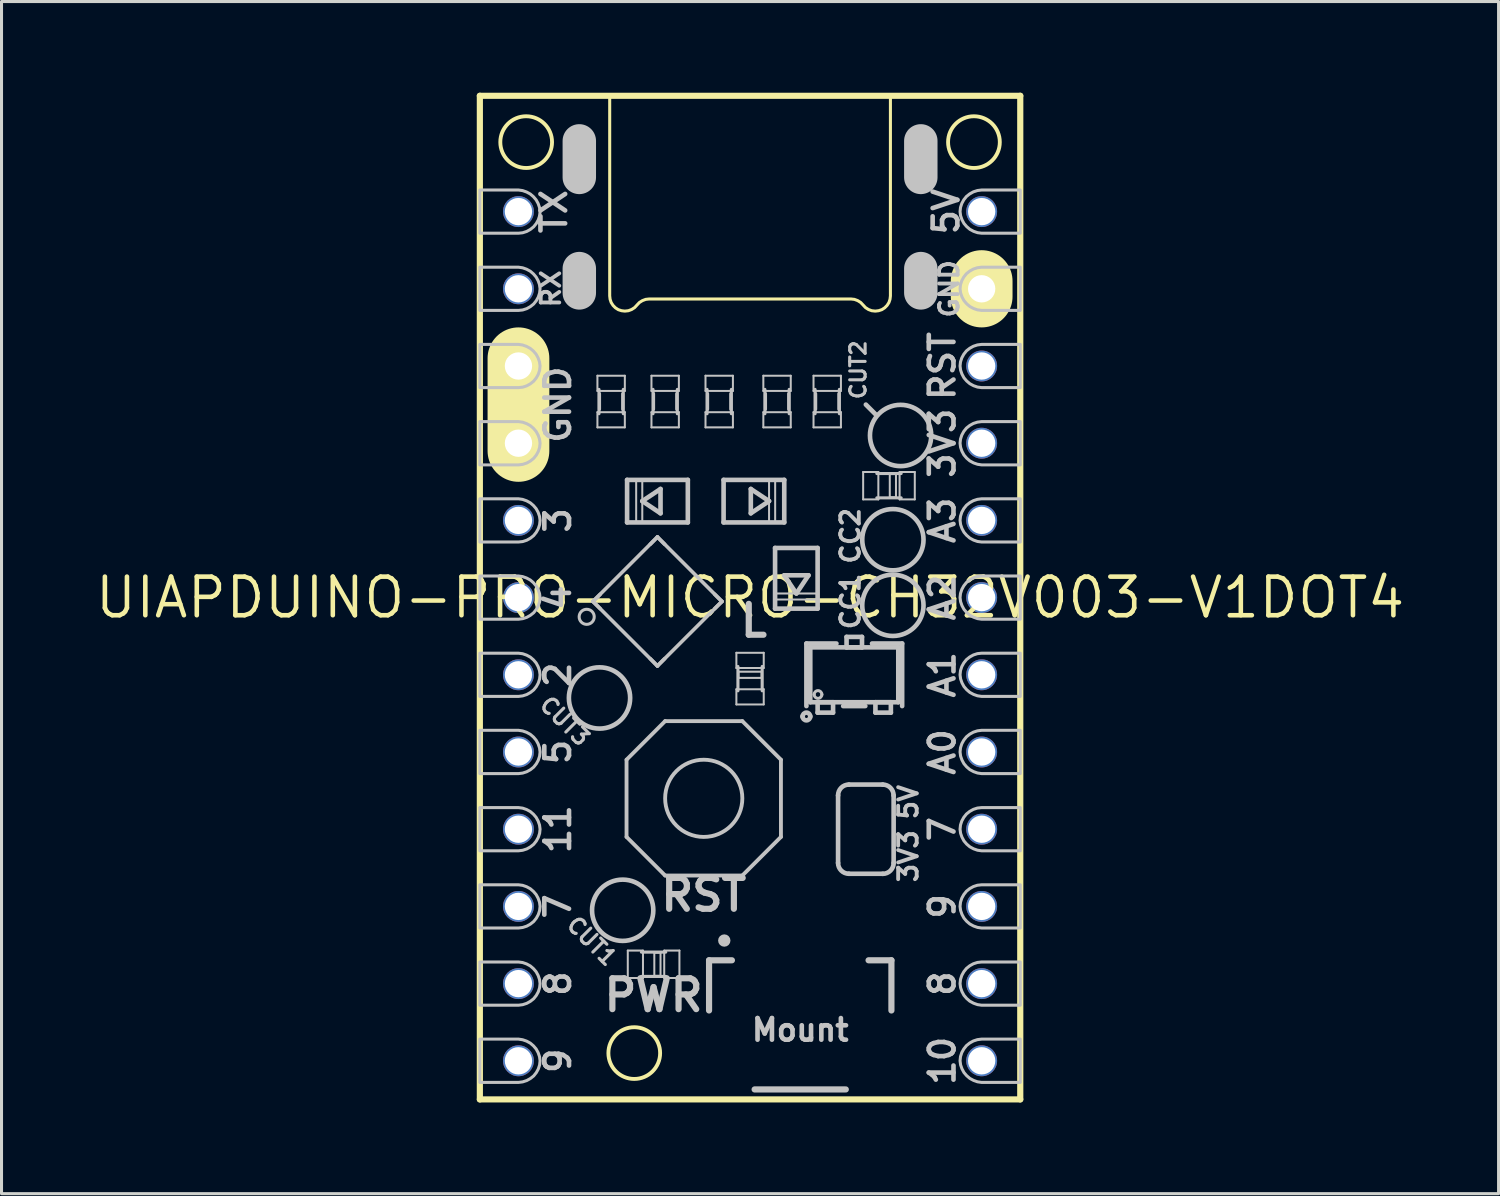
<source format=kicad_pcb>
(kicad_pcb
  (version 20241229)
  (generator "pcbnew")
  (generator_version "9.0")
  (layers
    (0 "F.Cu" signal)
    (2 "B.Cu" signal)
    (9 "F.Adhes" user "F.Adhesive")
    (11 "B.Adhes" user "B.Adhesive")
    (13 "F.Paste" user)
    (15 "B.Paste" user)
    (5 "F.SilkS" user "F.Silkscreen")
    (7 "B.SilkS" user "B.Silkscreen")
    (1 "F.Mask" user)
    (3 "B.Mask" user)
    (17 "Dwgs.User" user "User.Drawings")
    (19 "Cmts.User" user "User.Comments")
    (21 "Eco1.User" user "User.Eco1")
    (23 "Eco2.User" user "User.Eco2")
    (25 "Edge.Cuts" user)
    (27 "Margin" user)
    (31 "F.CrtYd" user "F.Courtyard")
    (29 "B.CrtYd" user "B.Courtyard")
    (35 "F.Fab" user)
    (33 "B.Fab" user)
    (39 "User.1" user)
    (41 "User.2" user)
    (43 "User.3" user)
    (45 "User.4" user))
  (footprint "UIAPDUINO-PRO-MICRO-CH32V003-V1DOT4"
    (layer "F.Cu")
    (at 21.628 16.612)
    (property "Reference" "UIAPDUINO-PRO-MICRO-CH32V003-V1DOT4" (at 0 0 0) (layer "F.SilkS") (effects (font (size 1.27 1.27) (thickness 0.15))))
    (attr exclude_from_pos_files exclude_from_bom)
    (fp_line (start -8.89 -16.51) (end -8.89 16.51) (stroke (width 0.203) (type solid)) (layer "F.SilkS"))
    (fp_line (start -8.89 16.51) (end 8.89 16.51) (stroke (width 0.203) (type solid)) (layer "F.SilkS"))
    (fp_line (start -7.62 -7.874) (end -7.62 -4.826) (stroke (width 2.032) (type solid)) (layer "F.SilkS"))
    (fp_line (start 7.62 -10.414) (end 7.62 -9.906) (stroke (width 2.032) (type solid)) (layer "F.SilkS"))
    (fp_line (start 8.89 -16.51) (end -8.89 -16.51) (stroke (width 0.203) (type solid)) (layer "F.SilkS"))
    (fp_line (start 8.89 16.51) (end 8.89 -16.51) (stroke (width 0.203) (type solid)) (layer "F.SilkS"))
    (fp_circle (center -7.366 -14.986) (end -7.366 -15.837) (stroke (width 0.127) (type solid)) (fill no) (layer "F.SilkS"))
    (fp_circle (center -3.81 14.986) (end -3.81 14.135) (stroke (width 0.127) (type solid)) (fill no) (layer "F.SilkS"))
    (fp_circle (center 7.366 -14.986) (end 7.366 -15.837) (stroke (width 0.127) (type solid)) (fill no) (layer "F.SilkS"))
    (fp_poly (pts (xy 4.618 -16.525) (xy 4.618 -9.926) (xy 4.605 -9.815) (xy 4.569 -9.708) (xy 4.508 -9.614) (xy 4.43 -9.535) (xy 4.336 -9.474) (xy 4.229 -9.439) (xy 4.12 -9.426) (xy 4.003 -9.439) (xy 3.896 -9.479) (xy 3.797 -9.543) (xy 3.719 -9.627) (xy 3.64 -9.71) (xy 3.543 -9.771) (xy 3.434 -9.812) (xy 3.32 -9.825) (xy -3.32 -9.825) (xy -3.434 -9.812) (xy -3.543 -9.771) (xy -3.64 -9.71) (xy -3.719 -9.627) (xy -3.797 -9.543) (xy -3.896 -9.479) (xy -4.003 -9.439) (xy -4.12 -9.426) (xy -4.229 -9.439) (xy -4.336 -9.474) (xy -4.43 -9.535) (xy -4.508 -9.614) (xy -4.569 -9.708) (xy -4.605 -9.815) (xy -4.618 -9.926) (xy -4.618 -16.525) (xy 4.618 -16.525)) (stroke (width 0.1) (type solid)) (fill no) (layer "F.SilkS"))
    (fp_line (start -7.874 -12.446) (end -7.874 -12.954) (stroke (width 0.066) (type solid)) (layer "Dwgs.User"))
    (fp_line (start -7.874 -9.906) (end -7.874 -10.414) (stroke (width 0.066) (type solid)) (layer "Dwgs.User"))
    (fp_line (start -7.874 -7.366) (end -7.874 -7.874) (stroke (width 0.066) (type solid)) (layer "Dwgs.User"))
    (fp_line (start -7.874 -4.826) (end -7.874 -5.334) (stroke (width 0.066) (type solid)) (layer "Dwgs.User"))
    (fp_line (start -7.874 -2.286) (end -7.874 -2.794) (stroke (width 0.066) (type solid)) (layer "Dwgs.User"))
    (fp_line (start -7.874 0.254) (end -7.874 -0.254) (stroke (width 0.066) (type solid)) (layer "Dwgs.User"))
    (fp_line (start -7.874 2.794) (end -7.874 2.286) (stroke (width 0.066) (type solid)) (layer "Dwgs.User"))
    (fp_line (start -7.874 5.334) (end -7.874 4.826) (stroke (width 0.066) (type solid)) (layer "Dwgs.User"))
    (fp_line (start -7.874 7.874) (end -7.874 7.366) (stroke (width 0.066) (type solid)) (layer "Dwgs.User"))
    (fp_line (start -7.874 10.414) (end -7.874 9.906) (stroke (width 0.066) (type solid)) (layer "Dwgs.User"))
    (fp_line (start -7.874 12.954) (end -7.874 12.446) (stroke (width 0.066) (type solid)) (layer "Dwgs.User"))
    (fp_line (start -7.874 15.494) (end -7.874 14.986) (stroke (width 0.066) (type solid)) (layer "Dwgs.User"))
    (fp_line (start -7.366 -12.954) (end -7.874 -12.954) (stroke (width 0.066) (type solid)) (layer "Dwgs.User"))
    (fp_line (start -7.366 -12.446) (end -7.874 -12.446) (stroke (width 0.066) (type solid)) (layer "Dwgs.User"))
    (fp_line (start -7.366 -12.446) (end -7.366 -12.954) (stroke (width 0.066) (type solid)) (layer "Dwgs.User"))
    (fp_line (start -7.366 -10.414) (end -7.874 -10.414) (stroke (width 0.066) (type solid)) (layer "Dwgs.User"))
    (fp_line (start -7.366 -9.906) (end -7.874 -9.906) (stroke (width 0.066) (type solid)) (layer "Dwgs.User"))
    (fp_line (start -7.366 -9.906) (end -7.366 -10.414) (stroke (width 0.066) (type solid)) (layer "Dwgs.User"))
    (fp_line (start -7.366 -7.874) (end -7.874 -7.874) (stroke (width 0.066) (type solid)) (layer "Dwgs.User"))
    (fp_line (start -7.366 -7.366) (end -7.874 -7.366) (stroke (width 0.066) (type solid)) (layer "Dwgs.User"))
    (fp_line (start -7.366 -7.366) (end -7.366 -7.874) (stroke (width 0.066) (type solid)) (layer "Dwgs.User"))
    (fp_line (start -7.366 -5.334) (end -7.874 -5.334) (stroke (width 0.066) (type solid)) (layer "Dwgs.User"))
    (fp_line (start -7.366 -4.826) (end -7.874 -4.826) (stroke (width 0.066) (type solid)) (layer "Dwgs.User"))
    (fp_line (start -7.366 -4.826) (end -7.366 -5.334) (stroke (width 0.066) (type solid)) (layer "Dwgs.User"))
    (fp_line (start -7.366 -2.794) (end -7.874 -2.794) (stroke (width 0.066) (type solid)) (layer "Dwgs.User"))
    (fp_line (start -7.366 -2.286) (end -7.874 -2.286) (stroke (width 0.066) (type solid)) (layer "Dwgs.User"))
    (fp_line (start -7.366 -2.286) (end -7.366 -2.794) (stroke (width 0.066) (type solid)) (layer "Dwgs.User"))
    (fp_line (start -7.366 -0.254) (end -7.874 -0.254) (stroke (width 0.066) (type solid)) (layer "Dwgs.User"))
    (fp_line (start -7.366 0.254) (end -7.874 0.254) (stroke (width 0.066) (type solid)) (layer "Dwgs.User"))
    (fp_line (start -7.366 0.254) (end -7.366 -0.254) (stroke (width 0.066) (type solid)) (layer "Dwgs.User"))
    (fp_line (start -7.366 2.286) (end -7.874 2.286) (stroke (width 0.066) (type solid)) (layer "Dwgs.User"))
    (fp_line (start -7.366 2.794) (end -7.874 2.794) (stroke (width 0.066) (type solid)) (layer "Dwgs.User"))
    (fp_line (start -7.366 2.794) (end -7.366 2.286) (stroke (width 0.066) (type solid)) (layer "Dwgs.User"))
    (fp_line (start -7.366 4.826) (end -7.874 4.826) (stroke (width 0.066) (type solid)) (layer "Dwgs.User"))
    (fp_line (start -7.366 5.334) (end -7.874 5.334) (stroke (width 0.066) (type solid)) (layer "Dwgs.User"))
    (fp_line (start -7.366 5.334) (end -7.366 4.826) (stroke (width 0.066) (type solid)) (layer "Dwgs.User"))
    (fp_line (start -7.366 7.366) (end -7.874 7.366) (stroke (width 0.066) (type solid)) (layer "Dwgs.User"))
    (fp_line (start -7.366 7.874) (end -7.874 7.874) (stroke (width 0.066) (type solid)) (layer "Dwgs.User"))
    (fp_line (start -7.366 7.874) (end -7.366 7.366) (stroke (width 0.066) (type solid)) (layer "Dwgs.User"))
    (fp_line (start -7.366 9.906) (end -7.874 9.906) (stroke (width 0.066) (type solid)) (layer "Dwgs.User"))
    (fp_line (start -7.366 10.414) (end -7.874 10.414) (stroke (width 0.066) (type solid)) (layer "Dwgs.User"))
    (fp_line (start -7.366 10.414) (end -7.366 9.906) (stroke (width 0.066) (type solid)) (layer "Dwgs.User"))
    (fp_line (start -7.366 12.446) (end -7.874 12.446) (stroke (width 0.066) (type solid)) (layer "Dwgs.User"))
    (fp_line (start -7.366 12.954) (end -7.874 12.954) (stroke (width 0.066) (type solid)) (layer "Dwgs.User"))
    (fp_line (start -7.366 12.954) (end -7.366 12.446) (stroke (width 0.066) (type solid)) (layer "Dwgs.User"))
    (fp_line (start -7.366 14.986) (end -7.874 14.986) (stroke (width 0.066) (type solid)) (layer "Dwgs.User"))
    (fp_line (start -7.366 15.494) (end -7.874 15.494) (stroke (width 0.066) (type solid)) (layer "Dwgs.User"))
    (fp_line (start -7.366 15.494) (end -7.366 14.986) (stroke (width 0.066) (type solid)) (layer "Dwgs.User"))
    (fp_line (start -5.618 -13.825) (end -5.618 -15.027) (stroke (width 1.1) (type solid)) (layer "Dwgs.User"))
    (fp_line (start -5.618 -10.025) (end -5.618 -10.825) (stroke (width 1.1) (type solid)) (layer "Dwgs.User"))
    (fp_line (start -5.169 0.127) (end -4.93 -0.109) (stroke (width 0.119) (type solid)) (layer "Dwgs.User"))
    (fp_line (start -5.169 0.127) (end -3.048 -1.994) (stroke (width 0.119) (type solid)) (layer "Dwgs.User"))
    (fp_line (start -5.022 -7.3) (end -5.022 -6.8) (stroke (width 0.066) (type solid)) (layer "Dwgs.User"))
    (fp_line (start -5.022 -6.101) (end -5.022 -5.601) (stroke (width 0.066) (type solid)) (layer "Dwgs.User"))
    (fp_line (start -4.971 -6.05) (end -4.971 -6.85) (stroke (width 0.102) (type solid)) (layer "Dwgs.User"))
    (fp_line (start -4.953 -6.198) (end -4.953 -6.706) (stroke (width 0.102) (type solid)) (layer "Dwgs.User"))
    (fp_line (start -4.93 0.363) (end -5.169 0.127) (stroke (width 0.119) (type solid)) (layer "Dwgs.User"))
    (fp_line (start -4.191 -6.198) (end -4.191 -6.706) (stroke (width 0.102) (type solid)) (layer "Dwgs.User"))
    (fp_line (start -4.171 -6.05) (end -4.171 -6.85) (stroke (width 0.102) (type solid)) (layer "Dwgs.User"))
    (fp_line (start -4.12 -7.3) (end -5.022 -7.3) (stroke (width 0.066) (type solid)) (layer "Dwgs.User"))
    (fp_line (start -4.12 -7.3) (end -4.12 -6.8) (stroke (width 0.066) (type solid)) (layer "Dwgs.User"))
    (fp_line (start -4.12 -6.8) (end -5.022 -6.8) (stroke (width 0.066) (type solid)) (layer "Dwgs.User"))
    (fp_line (start -4.12 -6.101) (end -5.022 -6.101) (stroke (width 0.066) (type solid)) (layer "Dwgs.User"))
    (fp_line (start -4.12 -6.101) (end -4.12 -5.601) (stroke (width 0.066) (type solid)) (layer "Dwgs.User"))
    (fp_line (start -4.12 -5.601) (end -5.022 -5.601) (stroke (width 0.066) (type solid)) (layer "Dwgs.User"))
    (fp_line (start -4.064 5.334) (end -4.064 7.874) (stroke (width 0.127) (type solid)) (layer "Dwgs.User"))
    (fp_line (start -4.064 7.874) (end -2.794 9.144) (stroke (width 0.127) (type solid)) (layer "Dwgs.User"))
    (fp_line (start -4.046 -3.873) (end -2.047 -3.873) (stroke (width 0.152) (type solid)) (layer "Dwgs.User"))
    (fp_line (start -4.046 -2.474) (end -4.046 -3.873) (stroke (width 0.152) (type solid)) (layer "Dwgs.User"))
    (fp_line (start -4.023 11.613) (end -4.023 12.515) (stroke (width 0.066) (type solid)) (layer "Dwgs.User"))
    (fp_line (start -4.023 11.613) (end -3.523 11.613) (stroke (width 0.066) (type solid)) (layer "Dwgs.User"))
    (fp_line (start -4.023 12.515) (end -3.523 12.515) (stroke (width 0.066) (type solid)) (layer "Dwgs.User"))
    (fp_line (start -3.747 -3.873) (end -3.546 -3.873) (stroke (width 0.066) (type solid)) (layer "Dwgs.User"))
    (fp_line (start -3.747 -2.474) (end -3.747 -3.873) (stroke (width 0.066) (type solid)) (layer "Dwgs.User"))
    (fp_line (start -3.747 -2.474) (end -3.546 -2.474) (stroke (width 0.066) (type solid)) (layer "Dwgs.User"))
    (fp_line (start -3.546 -3.175) (end -2.946 -3.574) (stroke (width 0.152) (type solid)) (layer "Dwgs.User"))
    (fp_line (start -3.546 -2.474) (end -3.546 -3.873) (stroke (width 0.066) (type solid)) (layer "Dwgs.User"))
    (fp_line (start -3.523 11.613) (end -3.523 12.515) (stroke (width 0.066) (type solid)) (layer "Dwgs.User"))
    (fp_line (start -3.284 2.009) (end -3.048 2.248) (stroke (width 0.119) (type solid)) (layer "Dwgs.User"))
    (fp_line (start -3.244 -7.3) (end -3.244 -6.8) (stroke (width 0.066) (type solid)) (layer "Dwgs.User"))
    (fp_line (start -3.244 -6.101) (end -3.244 -5.601) (stroke (width 0.066) (type solid)) (layer "Dwgs.User"))
    (fp_line (start -3.193 -6.05) (end -3.193 -6.85) (stroke (width 0.102) (type solid)) (layer "Dwgs.User"))
    (fp_line (start -3.175 -6.198) (end -3.175 -6.706) (stroke (width 0.102) (type solid)) (layer "Dwgs.User"))
    (fp_line (start -3.15 11.684) (end -3.15 12.446) (stroke (width 0.066) (type solid)) (layer "Dwgs.User"))
    (fp_line (start -3.15 11.684) (end -2.946 11.684) (stroke (width 0.066) (type solid)) (layer "Dwgs.User"))
    (fp_line (start -3.15 12.446) (end -2.946 12.446) (stroke (width 0.066) (type solid)) (layer "Dwgs.User"))
    (fp_line (start -3.048 -1.994) (end -3.284 -1.755) (stroke (width 0.119) (type solid)) (layer "Dwgs.User"))
    (fp_line (start -3.048 -1.994) (end -0.925 0.127) (stroke (width 0.119) (type solid)) (layer "Dwgs.User"))
    (fp_line (start -3.048 2.248) (end -5.169 0.127) (stroke (width 0.119) (type solid)) (layer "Dwgs.User"))
    (fp_line (start -3.048 2.248) (end -2.809 2.009) (stroke (width 0.119) (type solid)) (layer "Dwgs.User"))
    (fp_line (start -2.946 -3.574) (end -2.946 -2.774) (stroke (width 0.152) (type solid)) (layer "Dwgs.User"))
    (fp_line (start -2.946 -2.774) (end -3.546 -3.175) (stroke (width 0.152) (type solid)) (layer "Dwgs.User"))
    (fp_line (start -2.946 11.684) (end -2.946 12.446) (stroke (width 0.066) (type solid)) (layer "Dwgs.User"))
    (fp_line (start -2.824 11.613) (end -2.824 12.515) (stroke (width 0.066) (type solid)) (layer "Dwgs.User"))
    (fp_line (start -2.824 11.613) (end -2.324 11.613) (stroke (width 0.066) (type solid)) (layer "Dwgs.User"))
    (fp_line (start -2.824 12.515) (end -2.324 12.515) (stroke (width 0.066) (type solid)) (layer "Dwgs.User"))
    (fp_line (start -2.809 -1.755) (end -3.048 -1.994) (stroke (width 0.119) (type solid)) (layer "Dwgs.User"))
    (fp_line (start -2.794 4.064) (end -4.064 5.334) (stroke (width 0.127) (type solid)) (layer "Dwgs.User"))
    (fp_line (start -2.794 9.144) (end -0.254 9.144) (stroke (width 0.127) (type solid)) (layer "Dwgs.User"))
    (fp_line (start -2.774 11.664) (end -3.574 11.664) (stroke (width 0.102) (type solid)) (layer "Dwgs.User"))
    (fp_line (start -2.774 12.464) (end -3.574 12.464) (stroke (width 0.102) (type solid)) (layer "Dwgs.User"))
    (fp_line (start -2.413 -6.198) (end -2.413 -6.706) (stroke (width 0.102) (type solid)) (layer "Dwgs.User"))
    (fp_line (start -2.393 -6.05) (end -2.393 -6.85) (stroke (width 0.102) (type solid)) (layer "Dwgs.User"))
    (fp_line (start -2.342 -7.3) (end -3.244 -7.3) (stroke (width 0.066) (type solid)) (layer "Dwgs.User"))
    (fp_line (start -2.342 -7.3) (end -2.342 -6.8) (stroke (width 0.066) (type solid)) (layer "Dwgs.User"))
    (fp_line (start -2.342 -6.8) (end -3.244 -6.8) (stroke (width 0.066) (type solid)) (layer "Dwgs.User"))
    (fp_line (start -2.342 -6.101) (end -3.244 -6.101) (stroke (width 0.066) (type solid)) (layer "Dwgs.User"))
    (fp_line (start -2.342 -6.101) (end -2.342 -5.601) (stroke (width 0.066) (type solid)) (layer "Dwgs.User"))
    (fp_line (start -2.342 -5.601) (end -3.244 -5.601) (stroke (width 0.066) (type solid)) (layer "Dwgs.User"))
    (fp_line (start -2.324 11.613) (end -2.324 12.515) (stroke (width 0.066) (type solid)) (layer "Dwgs.User"))
    (fp_line (start -2.047 -3.873) (end -2.047 -2.474) (stroke (width 0.152) (type solid)) (layer "Dwgs.User"))
    (fp_line (start -2.047 -2.474) (end -4.046 -2.474) (stroke (width 0.152) (type solid)) (layer "Dwgs.User"))
    (fp_line (start -1.466 -7.3) (end -1.466 -6.8) (stroke (width 0.066) (type solid)) (layer "Dwgs.User"))
    (fp_line (start -1.466 -6.101) (end -1.466 -5.601) (stroke (width 0.066) (type solid)) (layer "Dwgs.User"))
    (fp_line (start -1.415 -6.05) (end -1.415 -6.85) (stroke (width 0.102) (type solid)) (layer "Dwgs.User"))
    (fp_line (start -1.397 -6.198) (end -1.397 -6.706) (stroke (width 0.102) (type solid)) (layer "Dwgs.User"))
    (fp_line (start -1.349 11.933) (end -0.597 11.933) (stroke (width 0.203) (type solid)) (layer "Dwgs.User"))
    (fp_line (start -1.349 13.584) (end -1.349 11.933) (stroke (width 0.203) (type solid)) (layer "Dwgs.User"))
    (fp_line (start -1.163 -0.109) (end -0.925 0.127) (stroke (width 0.119) (type solid)) (layer "Dwgs.User"))
    (fp_line (start -0.925 0.127) (end -3.048 2.248) (stroke (width 0.119) (type solid)) (layer "Dwgs.User"))
    (fp_line (start -0.925 0.127) (end -1.163 0.363) (stroke (width 0.119) (type solid)) (layer "Dwgs.User"))
    (fp_line (start -0.871 -3.873) (end 1.125 -3.873) (stroke (width 0.152) (type solid)) (layer "Dwgs.User"))
    (fp_line (start -0.871 -2.474) (end -0.871 -3.873) (stroke (width 0.152) (type solid)) (layer "Dwgs.User"))
    (fp_line (start -0.635 -6.198) (end -0.635 -6.706) (stroke (width 0.102) (type solid)) (layer "Dwgs.User"))
    (fp_line (start -0.615 -6.05) (end -0.615 -6.85) (stroke (width 0.102) (type solid)) (layer "Dwgs.User"))
    (fp_line (start -0.564 -7.3) (end -1.466 -7.3) (stroke (width 0.066) (type solid)) (layer "Dwgs.User"))
    (fp_line (start -0.564 -7.3) (end -0.564 -6.8) (stroke (width 0.066) (type solid)) (layer "Dwgs.User"))
    (fp_line (start -0.564 -6.8) (end -1.466 -6.8) (stroke (width 0.066) (type solid)) (layer "Dwgs.User"))
    (fp_line (start -0.564 -6.101) (end -1.466 -6.101) (stroke (width 0.066) (type solid)) (layer "Dwgs.User"))
    (fp_line (start -0.564 -6.101) (end -0.564 -5.601) (stroke (width 0.066) (type solid)) (layer "Dwgs.User"))
    (fp_line (start -0.564 -5.601) (end -1.466 -5.601) (stroke (width 0.066) (type solid)) (layer "Dwgs.User"))
    (fp_line (start -0.45 1.816) (end 0.45 1.816) (stroke (width 0.066) (type solid)) (layer "Dwgs.User"))
    (fp_line (start -0.45 2.316) (end -0.45 1.816) (stroke (width 0.066) (type solid)) (layer "Dwgs.User"))
    (fp_line (start -0.45 2.316) (end 0.45 2.316) (stroke (width 0.066) (type solid)) (layer "Dwgs.User"))
    (fp_line (start -0.45 3.015) (end 0.45 3.015) (stroke (width 0.066) (type solid)) (layer "Dwgs.User"))
    (fp_line (start -0.45 3.515) (end -0.45 3.015) (stroke (width 0.066) (type solid)) (layer "Dwgs.User"))
    (fp_line (start -0.45 3.515) (end 0.45 3.515) (stroke (width 0.066) (type solid)) (layer "Dwgs.User"))
    (fp_line (start -0.399 2.266) (end -0.399 3.066) (stroke (width 0.102) (type solid)) (layer "Dwgs.User"))
    (fp_line (start -0.381 2.438) (end 0.381 2.438) (stroke (width 0.066) (type solid)) (layer "Dwgs.User"))
    (fp_line (start -0.381 2.642) (end -0.381 2.438) (stroke (width 0.066) (type solid)) (layer "Dwgs.User"))
    (fp_line (start -0.381 2.642) (end 0.381 2.642) (stroke (width 0.066) (type solid)) (layer "Dwgs.User"))
    (fp_line (start -0.254 4.064) (end -2.794 4.064) (stroke (width 0.127) (type solid)) (layer "Dwgs.User"))
    (fp_line (start -0.254 9.144) (end 1.016 7.874) (stroke (width 0.127) (type solid)) (layer "Dwgs.User"))
    (fp_line (start 0.025 -3.574) (end 0.625 -3.175) (stroke (width 0.152) (type solid)) (layer "Dwgs.User"))
    (fp_line (start 0.025 -2.774) (end 0.025 -3.574) (stroke (width 0.152) (type solid)) (layer "Dwgs.User"))
    (fp_line (start 0.15 16.182) (end 3.15 16.182) (stroke (width 0.203) (type solid)) (layer "Dwgs.User"))
    (fp_line (start 0.381 2.642) (end 0.381 2.438) (stroke (width 0.066) (type solid)) (layer "Dwgs.User"))
    (fp_line (start 0.399 2.266) (end 0.399 3.066) (stroke (width 0.102) (type solid)) (layer "Dwgs.User"))
    (fp_line (start 0.437 -7.3) (end 0.437 -6.8) (stroke (width 0.066) (type solid)) (layer "Dwgs.User"))
    (fp_line (start 0.437 -6.101) (end 0.437 -5.601) (stroke (width 0.066) (type solid)) (layer "Dwgs.User"))
    (fp_line (start 0.45 2.316) (end 0.45 1.816) (stroke (width 0.066) (type solid)) (layer "Dwgs.User"))
    (fp_line (start 0.45 3.515) (end 0.45 3.015) (stroke (width 0.066) (type solid)) (layer "Dwgs.User"))
    (fp_line (start 0.488 -6.05) (end 0.488 -6.85) (stroke (width 0.102) (type solid)) (layer "Dwgs.User"))
    (fp_line (start 0.508 -6.198) (end 0.508 -6.706) (stroke (width 0.102) (type solid)) (layer "Dwgs.User"))
    (fp_line (start 0.625 -3.873) (end 0.625 -2.474) (stroke (width 0.066) (type solid)) (layer "Dwgs.User"))
    (fp_line (start 0.625 -3.175) (end 0.025 -2.774) (stroke (width 0.152) (type solid)) (layer "Dwgs.User"))
    (fp_line (start 0.823 -1.633) (end 2.223 -1.633) (stroke (width 0.152) (type solid)) (layer "Dwgs.User"))
    (fp_line (start 0.823 0.064) (end 0.823 -0.135) (stroke (width 0.066) (type solid)) (layer "Dwgs.User"))
    (fp_line (start 0.823 0.363) (end 0.823 -1.633) (stroke (width 0.152) (type solid)) (layer "Dwgs.User"))
    (fp_line (start 0.826 -3.873) (end 0.625 -3.873) (stroke (width 0.066) (type solid)) (layer "Dwgs.User"))
    (fp_line (start 0.826 -3.873) (end 0.826 -2.474) (stroke (width 0.066) (type solid)) (layer "Dwgs.User"))
    (fp_line (start 0.826 -2.474) (end 0.625 -2.474) (stroke (width 0.066) (type solid)) (layer "Dwgs.User"))
    (fp_line (start 1.016 5.334) (end -0.254 4.064) (stroke (width 0.127) (type solid)) (layer "Dwgs.User"))
    (fp_line (start 1.016 7.874) (end 1.016 5.334) (stroke (width 0.127) (type solid)) (layer "Dwgs.User"))
    (fp_line (start 1.123 -0.734) (end 1.923 -0.734) (stroke (width 0.152) (type solid)) (layer "Dwgs.User"))
    (fp_line (start 1.125 -3.873) (end 1.125 -2.474) (stroke (width 0.152) (type solid)) (layer "Dwgs.User"))
    (fp_line (start 1.125 -2.474) (end -0.871 -2.474) (stroke (width 0.152) (type solid)) (layer "Dwgs.User"))
    (fp_line (start 1.27 -6.198) (end 1.27 -6.706) (stroke (width 0.102) (type solid)) (layer "Dwgs.User"))
    (fp_line (start 1.288 -6.05) (end 1.288 -6.85) (stroke (width 0.102) (type solid)) (layer "Dwgs.User"))
    (fp_line (start 1.339 -7.3) (end 0.437 -7.3) (stroke (width 0.066) (type solid)) (layer "Dwgs.User"))
    (fp_line (start 1.339 -7.3) (end 1.339 -6.8) (stroke (width 0.066) (type solid)) (layer "Dwgs.User"))
    (fp_line (start 1.339 -6.8) (end 0.437 -6.8) (stroke (width 0.066) (type solid)) (layer "Dwgs.User"))
    (fp_line (start 1.339 -6.101) (end 0.437 -6.101) (stroke (width 0.066) (type solid)) (layer "Dwgs.User"))
    (fp_line (start 1.339 -6.101) (end 1.339 -5.601) (stroke (width 0.066) (type solid)) (layer "Dwgs.User"))
    (fp_line (start 1.339 -5.601) (end 0.437 -5.601) (stroke (width 0.066) (type solid)) (layer "Dwgs.User"))
    (fp_line (start 1.524 -0.135) (end 1.123 -0.734) (stroke (width 0.152) (type solid)) (layer "Dwgs.User"))
    (fp_line (start 1.854 1.511) (end 1.854 3.569) (stroke (width 0.152) (type solid)) (layer "Dwgs.User"))
    (fp_line (start 1.923 -0.734) (end 1.524 -0.135) (stroke (width 0.152) (type solid)) (layer "Dwgs.User"))
    (fp_line (start 1.981 1.638) (end 1.981 3.442) (stroke (width 0.152) (type solid)) (layer "Dwgs.User"))
    (fp_line (start 1.981 3.442) (end 4.877 3.442) (stroke (width 0.152) (type solid)) (layer "Dwgs.User"))
    (fp_line (start 2.088 -7.3) (end 2.088 -6.8) (stroke (width 0.066) (type solid)) (layer "Dwgs.User"))
    (fp_line (start 2.088 -6.101) (end 2.088 -5.601) (stroke (width 0.066) (type solid)) (layer "Dwgs.User"))
    (fp_line (start 2.139 -6.05) (end 2.139 -6.85) (stroke (width 0.102) (type solid)) (layer "Dwgs.User"))
    (fp_line (start 2.159 -6.198) (end 2.159 -6.706) (stroke (width 0.102) (type solid)) (layer "Dwgs.User"))
    (fp_line (start 2.223 -1.633) (end 2.223 0.363) (stroke (width 0.152) (type solid)) (layer "Dwgs.User"))
    (fp_line (start 2.223 -0.135) (end 0.823 -0.135) (stroke (width 0.066) (type solid)) (layer "Dwgs.User"))
    (fp_line (start 2.223 0.064) (end 0.823 0.064) (stroke (width 0.066) (type solid)) (layer "Dwgs.User"))
    (fp_line (start 2.223 0.064) (end 2.223 -0.135) (stroke (width 0.066) (type solid)) (layer "Dwgs.User"))
    (fp_line (start 2.223 0.363) (end 0.823 0.363) (stroke (width 0.152) (type solid)) (layer "Dwgs.User"))
    (fp_line (start 2.223 3.442) (end 2.223 3.785) (stroke (width 0.152) (type solid)) (layer "Dwgs.User"))
    (fp_line (start 2.223 3.785) (end 2.731 3.785) (stroke (width 0.152) (type solid)) (layer "Dwgs.User"))
    (fp_line (start 2.731 3.442) (end 2.223 3.442) (stroke (width 0.152) (type solid)) (layer "Dwgs.User"))
    (fp_line (start 2.731 3.785) (end 2.731 3.442) (stroke (width 0.152) (type solid)) (layer "Dwgs.User"))
    (fp_line (start 2.842 1.511) (end 1.854 1.511) (stroke (width 0.152) (type solid)) (layer "Dwgs.User"))
    (fp_line (start 2.896 8.73) (end 2.896 6.507) (stroke (width 0.152) (type solid)) (layer "Dwgs.User"))
    (fp_line (start 2.921 -6.198) (end 2.921 -6.706) (stroke (width 0.102) (type solid)) (layer "Dwgs.User"))
    (fp_line (start 2.939 -6.05) (end 2.939 -6.85) (stroke (width 0.102) (type solid)) (layer "Dwgs.User"))
    (fp_line (start 2.99 -7.3) (end 2.088 -7.3) (stroke (width 0.066) (type solid)) (layer "Dwgs.User"))
    (fp_line (start 2.99 -7.3) (end 2.99 -6.8) (stroke (width 0.066) (type solid)) (layer "Dwgs.User"))
    (fp_line (start 2.99 -6.8) (end 2.088 -6.8) (stroke (width 0.066) (type solid)) (layer "Dwgs.User"))
    (fp_line (start 2.99 -6.101) (end 2.088 -6.101) (stroke (width 0.066) (type solid)) (layer "Dwgs.User"))
    (fp_line (start 2.99 -6.101) (end 2.99 -5.601) (stroke (width 0.066) (type solid)) (layer "Dwgs.User"))
    (fp_line (start 2.99 -5.601) (end 2.088 -5.601) (stroke (width 0.066) (type solid)) (layer "Dwgs.User"))
    (fp_line (start 3.063 3.569) (end 3.792 3.569) (stroke (width 0.152) (type solid)) (layer "Dwgs.User"))
    (fp_line (start 3.175 1.293) (end 3.175 1.638) (stroke (width 0.152) (type solid)) (layer "Dwgs.User"))
    (fp_line (start 3.175 1.638) (end 3.683 1.638) (stroke (width 0.152) (type solid)) (layer "Dwgs.User"))
    (fp_line (start 3.683 1.293) (end 3.175 1.293) (stroke (width 0.152) (type solid)) (layer "Dwgs.User"))
    (fp_line (start 3.683 1.638) (end 3.683 1.293) (stroke (width 0.152) (type solid)) (layer "Dwgs.User"))
    (fp_line (start 3.721 -4.133) (end 3.721 -3.231) (stroke (width 0.066) (type solid)) (layer "Dwgs.User"))
    (fp_line (start 3.721 -4.133) (end 4.221 -4.133) (stroke (width 0.066) (type solid)) (layer "Dwgs.User"))
    (fp_line (start 3.721 -3.231) (end 4.221 -3.231) (stroke (width 0.066) (type solid)) (layer "Dwgs.User"))
    (fp_line (start 3.899 11.933) (end 4.651 11.933) (stroke (width 0.203) (type solid)) (layer "Dwgs.User"))
    (fp_line (start 4.125 3.442) (end 4.125 3.785) (stroke (width 0.152) (type solid)) (layer "Dwgs.User"))
    (fp_line (start 4.125 3.785) (end 4.633 3.785) (stroke (width 0.152) (type solid)) (layer "Dwgs.User"))
    (fp_line (start 4.166 -5.994) (end 3.81 -6.35) (stroke (width 0.152) (type solid)) (layer "Dwgs.User"))
    (fp_line (start 4.221 -4.133) (end 4.221 -3.231) (stroke (width 0.066) (type solid)) (layer "Dwgs.User"))
    (fp_line (start 4.366 6.152) (end 3.251 6.152) (stroke (width 0.152) (type solid)) (layer "Dwgs.User"))
    (fp_line (start 4.366 9.086) (end 3.251 9.086) (stroke (width 0.152) (type solid)) (layer "Dwgs.User"))
    (fp_line (start 4.597 -4.064) (end 4.597 -3.302) (stroke (width 0.066) (type solid)) (layer "Dwgs.User"))
    (fp_line (start 4.597 -4.064) (end 4.801 -4.064) (stroke (width 0.066) (type solid)) (layer "Dwgs.User"))
    (fp_line (start 4.597 -3.302) (end 4.801 -3.302) (stroke (width 0.066) (type solid)) (layer "Dwgs.User"))
    (fp_line (start 4.633 3.442) (end 4.125 3.442) (stroke (width 0.152) (type solid)) (layer "Dwgs.User"))
    (fp_line (start 4.633 3.785) (end 4.633 3.442) (stroke (width 0.152) (type solid)) (layer "Dwgs.User"))
    (fp_line (start 4.651 11.933) (end 4.651 13.584) (stroke (width 0.203) (type solid)) (layer "Dwgs.User"))
    (fp_line (start 4.724 6.507) (end 4.724 8.73) (stroke (width 0.152) (type solid)) (layer "Dwgs.User"))
    (fp_line (start 4.801 -4.064) (end 4.801 -3.302) (stroke (width 0.066) (type solid)) (layer "Dwgs.User"))
    (fp_line (start 4.877 1.638) (end 1.981 1.638) (stroke (width 0.152) (type solid)) (layer "Dwgs.User"))
    (fp_line (start 4.877 3.442) (end 4.877 1.638) (stroke (width 0.152) (type solid)) (layer "Dwgs.User"))
    (fp_line (start 4.92 -4.133) (end 4.92 -3.231) (stroke (width 0.066) (type solid)) (layer "Dwgs.User"))
    (fp_line (start 4.92 -4.133) (end 5.42 -4.133) (stroke (width 0.066) (type solid)) (layer "Dwgs.User"))
    (fp_line (start 4.92 -3.231) (end 5.42 -3.231) (stroke (width 0.066) (type solid)) (layer "Dwgs.User"))
    (fp_line (start 4.971 -4.082) (end 4.171 -4.082) (stroke (width 0.102) (type solid)) (layer "Dwgs.User"))
    (fp_line (start 4.971 -3.282) (end 4.171 -3.282) (stroke (width 0.102) (type solid)) (layer "Dwgs.User"))
    (fp_line (start 5.004 1.511) (end 4.013 1.511) (stroke (width 0.152) (type solid)) (layer "Dwgs.User"))
    (fp_line (start 5.004 3.569) (end 5.004 1.511) (stroke (width 0.152) (type solid)) (layer "Dwgs.User"))
    (fp_line (start 5.42 -4.133) (end 5.42 -3.231) (stroke (width 0.066) (type solid)) (layer "Dwgs.User"))
    (fp_line (start 5.618 -13.825) (end 5.618 -15.027) (stroke (width 1.1) (type solid)) (layer "Dwgs.User"))
    (fp_line (start 5.618 -10.025) (end 5.618 -10.825) (stroke (width 1.1) (type solid)) (layer "Dwgs.User"))
    (fp_line (start 7.366 -12.954) (end 7.366 -12.446) (stroke (width 0.066) (type solid)) (layer "Dwgs.User"))
    (fp_line (start 7.366 -12.954) (end 7.874 -12.954) (stroke (width 0.066) (type solid)) (layer "Dwgs.User"))
    (fp_line (start 7.366 -12.446) (end 7.874 -12.446) (stroke (width 0.066) (type solid)) (layer "Dwgs.User"))
    (fp_line (start 7.366 -10.414) (end 7.366 -9.906) (stroke (width 0.066) (type solid)) (layer "Dwgs.User"))
    (fp_line (start 7.366 -10.414) (end 7.874 -10.414) (stroke (width 0.066) (type solid)) (layer "Dwgs.User"))
    (fp_line (start 7.366 -9.906) (end 7.874 -9.906) (stroke (width 0.066) (type solid)) (layer "Dwgs.User"))
    (fp_line (start 7.366 -7.874) (end 7.366 -7.366) (stroke (width 0.066) (type solid)) (layer "Dwgs.User"))
    (fp_line (start 7.366 -7.874) (end 7.874 -7.874) (stroke (width 0.066) (type solid)) (layer "Dwgs.User"))
    (fp_line (start 7.366 -7.366) (end 7.874 -7.366) (stroke (width 0.066) (type solid)) (layer "Dwgs.User"))
    (fp_line (start 7.366 -5.334) (end 7.366 -4.826) (stroke (width 0.066) (type solid)) (layer "Dwgs.User"))
    (fp_line (start 7.366 -5.334) (end 7.874 -5.334) (stroke (width 0.066) (type solid)) (layer "Dwgs.User"))
    (fp_line (start 7.366 -4.826) (end 7.874 -4.826) (stroke (width 0.066) (type solid)) (layer "Dwgs.User"))
    (fp_line (start 7.366 -2.794) (end 7.366 -2.286) (stroke (width 0.066) (type solid)) (layer "Dwgs.User"))
    (fp_line (start 7.366 -2.794) (end 7.874 -2.794) (stroke (width 0.066) (type solid)) (layer "Dwgs.User"))
    (fp_line (start 7.366 -2.286) (end 7.874 -2.286) (stroke (width 0.066) (type solid)) (layer "Dwgs.User"))
    (fp_line (start 7.366 -0.254) (end 7.366 0.254) (stroke (width 0.066) (type solid)) (layer "Dwgs.User"))
    (fp_line (start 7.366 -0.254) (end 7.874 -0.254) (stroke (width 0.066) (type solid)) (layer "Dwgs.User"))
    (fp_line (start 7.366 0.254) (end 7.874 0.254) (stroke (width 0.066) (type solid)) (layer "Dwgs.User"))
    (fp_line (start 7.366 2.286) (end 7.366 2.794) (stroke (width 0.066) (type solid)) (layer "Dwgs.User"))
    (fp_line (start 7.366 2.286) (end 7.874 2.286) (stroke (width 0.066) (type solid)) (layer "Dwgs.User"))
    (fp_line (start 7.366 2.794) (end 7.874 2.794) (stroke (width 0.066) (type solid)) (layer "Dwgs.User"))
    (fp_line (start 7.366 4.826) (end 7.366 5.334) (stroke (width 0.066) (type solid)) (layer "Dwgs.User"))
    (fp_line (start 7.366 4.826) (end 7.874 4.826) (stroke (width 0.066) (type solid)) (layer "Dwgs.User"))
    (fp_line (start 7.366 5.334) (end 7.874 5.334) (stroke (width 0.066) (type solid)) (layer "Dwgs.User"))
    (fp_line (start 7.366 7.366) (end 7.366 7.874) (stroke (width 0.066) (type solid)) (layer "Dwgs.User"))
    (fp_line (start 7.366 7.366) (end 7.874 7.366) (stroke (width 0.066) (type solid)) (layer "Dwgs.User"))
    (fp_line (start 7.366 7.874) (end 7.874 7.874) (stroke (width 0.066) (type solid)) (layer "Dwgs.User"))
    (fp_line (start 7.366 9.906) (end 7.366 10.414) (stroke (width 0.066) (type solid)) (layer "Dwgs.User"))
    (fp_line (start 7.366 9.906) (end 7.874 9.906) (stroke (width 0.066) (type solid)) (layer "Dwgs.User"))
    (fp_line (start 7.366 10.414) (end 7.874 10.414) (stroke (width 0.066) (type solid)) (layer "Dwgs.User"))
    (fp_line (start 7.366 12.446) (end 7.366 12.954) (stroke (width 0.066) (type solid)) (layer "Dwgs.User"))
    (fp_line (start 7.366 12.446) (end 7.874 12.446) (stroke (width 0.066) (type solid)) (layer "Dwgs.User"))
    (fp_line (start 7.366 12.954) (end 7.874 12.954) (stroke (width 0.066) (type solid)) (layer "Dwgs.User"))
    (fp_line (start 7.366 14.986) (end 7.366 15.494) (stroke (width 0.066) (type solid)) (layer "Dwgs.User"))
    (fp_line (start 7.366 14.986) (end 7.874 14.986) (stroke (width 0.066) (type solid)) (layer "Dwgs.User"))
    (fp_line (start 7.366 15.494) (end 7.874 15.494) (stroke (width 0.066) (type solid)) (layer "Dwgs.User"))
    (fp_line (start 7.874 -12.954) (end 7.874 -12.446) (stroke (width 0.066) (type solid)) (layer "Dwgs.User"))
    (fp_line (start 7.874 -10.414) (end 7.874 -9.906) (stroke (width 0.066) (type solid)) (layer "Dwgs.User"))
    (fp_line (start 7.874 -7.874) (end 7.874 -7.366) (stroke (width 0.066) (type solid)) (layer "Dwgs.User"))
    (fp_line (start 7.874 -5.334) (end 7.874 -4.826) (stroke (width 0.066) (type solid)) (layer "Dwgs.User"))
    (fp_line (start 7.874 -2.794) (end 7.874 -2.286) (stroke (width 0.066) (type solid)) (layer "Dwgs.User"))
    (fp_line (start 7.874 -0.254) (end 7.874 0.254) (stroke (width 0.066) (type solid)) (layer "Dwgs.User"))
    (fp_line (start 7.874 2.286) (end 7.874 2.794) (stroke (width 0.066) (type solid)) (layer "Dwgs.User"))
    (fp_line (start 7.874 4.826) (end 7.874 5.334) (stroke (width 0.066) (type solid)) (layer "Dwgs.User"))
    (fp_line (start 7.874 7.366) (end 7.874 7.874) (stroke (width 0.066) (type solid)) (layer "Dwgs.User"))
    (fp_line (start 7.874 9.906) (end 7.874 10.414) (stroke (width 0.066) (type solid)) (layer "Dwgs.User"))
    (fp_line (start 7.874 12.446) (end 7.874 12.954) (stroke (width 0.066) (type solid)) (layer "Dwgs.User"))
    (fp_line (start 7.874 14.986) (end 7.874 15.494) (stroke (width 0.066) (type solid)) (layer "Dwgs.User"))
    (fp_arc (start 1.7272 3.9116) (mid 1.8542 3.7846) (end 1.9812 3.9116) (stroke (width 0.1524) (type solid)) (layer "Dwgs.User"))
    (fp_arc (start 1.9812 3.9116) (mid 1.8542 4.0386) (end 1.7272 3.9116) (stroke (width 0.1524) (type solid)) (layer "Dwgs.User"))
    (fp_arc (start 2.1082 3.1877) (mid 2.2352 3.0607) (end 2.3622 3.1877) (stroke (width 0.1) (type solid)) (layer "Dwgs.User"))
    (fp_arc (start 2.3622 3.1877) (mid 2.2352 3.3147) (end 2.1082 3.1877) (stroke (width 0.1) (type solid)) (layer "Dwgs.User"))
    (fp_arc (start 2.8956 6.50748) (mid 2.999753 6.256033) (end 3.2512 6.15188) (stroke (width 0.1524) (type solid)) (layer "Dwgs.User"))
    (fp_arc (start 3.2512 9.08558) (mid 2.999753 8.981427) (end 2.8956 8.72998) (stroke (width 0.1524) (type solid)) (layer "Dwgs.User"))
    (fp_arc (start 4.36626 6.15188) (mid 4.617707 6.256033) (end 4.72186 6.50748) (stroke (width 0.1524) (type solid)) (layer "Dwgs.User"))
    (fp_arc (start 4.7244 8.72998) (mid 4.619503 8.983223) (end 4.36626 9.08812) (stroke (width 0.1524) (type solid)) (layer "Dwgs.User"))
    (fp_circle (center -5.375 0.632) (end -5.375 0.384) (stroke (width 0.1) (type solid)) (fill no) (layer "Dwgs.User"))
    (fp_circle (center -4.953 3.302) (end -4.953 2.294) (stroke (width 0.152) (type solid)) (fill no) (layer "Dwgs.User"))
    (fp_circle (center -4.191 10.287) (end -4.191 9.279) (stroke (width 0.152) (type solid)) (fill no) (layer "Dwgs.User"))
    (fp_circle (center -1.524 6.604) (end -1.524 5.334) (stroke (width 0.127) (type solid)) (fill no) (layer "Dwgs.User"))
    (fp_circle (center -0.848 11.283) (end -0.848 11.181) (stroke (width 0.203) (type solid)) (fill no) (layer "Dwgs.User"))
    (fp_circle (center 4.699 -1.905) (end 4.699 -2.913) (stroke (width 0.152) (type solid)) (fill no) (layer "Dwgs.User"))
    (fp_circle (center 4.699 0.254) (end 4.699 -0.754) (stroke (width 0.152) (type solid)) (fill no) (layer "Dwgs.User"))
    (fp_circle (center 4.953 -5.334) (end 4.953 -6.342) (stroke (width 0.152) (type solid)) (fill no) (layer "Dwgs.User"))
    (fp_poly (pts (xy -8.89 -11.989) (xy -7.62 -11.989) (xy -7.48 -12.004) (xy -7.348 -12.047) (xy -7.229 -12.113) (xy -7.12 -12.2) (xy -7.033 -12.309) (xy -6.967 -12.428) (xy -6.924 -12.56) (xy -6.909 -12.7) (xy -6.927 -12.835) (xy -6.972 -12.964) (xy -7.038 -13.086) (xy -7.127 -13.19) (xy -7.231 -13.279) (xy -7.353 -13.345) (xy -7.483 -13.391) (xy -7.62 -13.411) (xy -8.89 -13.411) (xy -8.89 -11.989)) (stroke (width 0.1) (type solid)) (fill no) (layer "Dwgs.User"))
    (fp_poly (pts (xy -8.89 -9.449) (xy -7.62 -9.449) (xy -7.48 -9.464) (xy -7.348 -9.507) (xy -7.229 -9.573) (xy -7.12 -9.66) (xy -7.033 -9.769) (xy -6.967 -9.888) (xy -6.924 -10.02) (xy -6.909 -10.16) (xy -6.927 -10.295) (xy -6.972 -10.424) (xy -7.038 -10.546) (xy -7.127 -10.65) (xy -7.231 -10.739) (xy -7.353 -10.805) (xy -7.483 -10.851) (xy -7.62 -10.871) (xy -8.89 -10.871) (xy -8.89 -9.449)) (stroke (width 0.1) (type solid)) (fill no) (layer "Dwgs.User"))
    (fp_poly (pts (xy -8.89 -6.909) (xy -7.62 -6.909) (xy -7.48 -6.924) (xy -7.348 -6.967) (xy -7.229 -7.033) (xy -7.12 -7.12) (xy -7.033 -7.229) (xy -6.967 -7.348) (xy -6.924 -7.48) (xy -6.909 -7.62) (xy -6.927 -7.755) (xy -6.972 -7.884) (xy -7.038 -8.006) (xy -7.127 -8.11) (xy -7.231 -8.199) (xy -7.353 -8.265) (xy -7.483 -8.311) (xy -7.62 -8.331) (xy -8.89 -8.331) (xy -8.89 -6.909)) (stroke (width 0.1) (type solid)) (fill no) (layer "Dwgs.User"))
    (fp_poly (pts (xy -8.89 -4.366) (xy -7.62 -4.366) (xy -7.48 -4.384) (xy -7.348 -4.427) (xy -7.229 -4.493) (xy -7.12 -4.58) (xy -7.033 -4.689) (xy -6.967 -4.808) (xy -6.924 -4.94) (xy -6.909 -5.08) (xy -6.927 -5.215) (xy -6.972 -5.344) (xy -7.038 -5.466) (xy -7.127 -5.57) (xy -7.231 -5.659) (xy -7.353 -5.725) (xy -7.483 -5.771) (xy -7.62 -5.791) (xy -8.89 -5.791) (xy -8.89 -4.366)) (stroke (width 0.1) (type solid)) (fill no) (layer "Dwgs.User"))
    (fp_poly (pts (xy -8.89 -1.829) (xy -7.62 -1.829) (xy -7.48 -1.844) (xy -7.348 -1.887) (xy -7.229 -1.953) (xy -7.12 -2.04) (xy -7.033 -2.149) (xy -6.967 -2.268) (xy -6.924 -2.4) (xy -6.909 -2.54) (xy -6.927 -2.675) (xy -6.972 -2.804) (xy -7.038 -2.926) (xy -7.127 -3.03) (xy -7.231 -3.119) (xy -7.353 -3.185) (xy -7.483 -3.231) (xy -7.62 -3.251) (xy -8.89 -3.251) (xy -8.89 -1.829)) (stroke (width 0.1) (type solid)) (fill no) (layer "Dwgs.User"))
    (fp_poly (pts (xy -8.89 0.711) (xy -7.62 0.711) (xy -7.48 0.693) (xy -7.348 0.65) (xy -7.229 0.584) (xy -7.12 0.498) (xy -7.033 0.389) (xy -6.967 0.269) (xy -6.924 0.137) (xy -6.909 0) (xy -6.927 -0.135) (xy -6.972 -0.264) (xy -7.038 -0.386) (xy -7.127 -0.49) (xy -7.231 -0.579) (xy -7.353 -0.645) (xy -7.483 -0.691) (xy -7.62 -0.711) (xy -8.89 -0.711) (xy -8.89 0.711)) (stroke (width 0.1) (type solid)) (fill no) (layer "Dwgs.User"))
    (fp_poly (pts (xy -8.89 3.251) (xy -7.62 3.251) (xy -7.48 3.233) (xy -7.348 3.19) (xy -7.229 3.124) (xy -7.12 3.038) (xy -7.033 2.929) (xy -6.967 2.809) (xy -6.924 2.677) (xy -6.909 2.54) (xy -6.927 2.403) (xy -6.972 2.273) (xy -7.038 2.151) (xy -7.127 2.047) (xy -7.231 1.958) (xy -7.353 1.892) (xy -7.483 1.847) (xy -7.62 1.829) (xy -8.89 1.829) (xy -8.89 3.251)) (stroke (width 0.1) (type solid)) (fill no) (layer "Dwgs.User"))
    (fp_poly (pts (xy -8.89 5.791) (xy -7.62 5.791) (xy -7.48 5.773) (xy -7.348 5.73) (xy -7.229 5.664) (xy -7.12 5.578) (xy -7.033 5.469) (xy -6.967 5.349) (xy -6.924 5.217) (xy -6.909 5.08) (xy -6.927 4.943) (xy -6.972 4.813) (xy -7.038 4.691) (xy -7.127 4.587) (xy -7.231 4.498) (xy -7.353 4.432) (xy -7.483 4.387) (xy -7.62 4.366) (xy -8.89 4.366) (xy -8.89 5.791)) (stroke (width 0.1) (type solid)) (fill no) (layer "Dwgs.User"))
    (fp_poly (pts (xy -8.89 8.331) (xy -7.62 8.331) (xy -7.48 8.313) (xy -7.348 8.27) (xy -7.229 8.204) (xy -7.12 8.118) (xy -7.033 8.009) (xy -6.967 7.889) (xy -6.924 7.757) (xy -6.909 7.62) (xy -6.927 7.483) (xy -6.972 7.353) (xy -7.038 7.231) (xy -7.127 7.127) (xy -7.231 7.038) (xy -7.353 6.972) (xy -7.483 6.927) (xy -7.62 6.909) (xy -8.89 6.909) (xy -8.89 8.331)) (stroke (width 0.1) (type solid)) (fill no) (layer "Dwgs.User"))
    (fp_poly (pts (xy -8.89 10.871) (xy -7.62 10.871) (xy -7.48 10.853) (xy -7.348 10.81) (xy -7.229 10.744) (xy -7.12 10.658) (xy -7.033 10.549) (xy -6.967 10.429) (xy -6.924 10.297) (xy -6.909 10.16) (xy -6.927 10.023) (xy -6.972 9.893) (xy -7.038 9.771) (xy -7.127 9.667) (xy -7.231 9.578) (xy -7.353 9.512) (xy -7.483 9.467) (xy -7.62 9.449) (xy -8.89 9.449) (xy -8.89 10.871)) (stroke (width 0.1) (type solid)) (fill no) (layer "Dwgs.User"))
    (fp_poly (pts (xy -8.89 13.411) (xy -7.62 13.411) (xy -7.48 13.393) (xy -7.348 13.35) (xy -7.229 13.284) (xy -7.12 13.198) (xy -7.033 13.089) (xy -6.967 12.969) (xy -6.924 12.837) (xy -6.909 12.7) (xy -6.927 12.563) (xy -6.972 12.433) (xy -7.038 12.311) (xy -7.127 12.207) (xy -7.231 12.118) (xy -7.353 12.052) (xy -7.483 12.007) (xy -7.62 11.989) (xy -8.89 11.989) (xy -8.89 13.411)) (stroke (width 0.1) (type solid)) (fill no) (layer "Dwgs.User"))
    (fp_poly (pts (xy -8.89 15.951) (xy -7.62 15.951) (xy -7.48 15.933) (xy -7.348 15.89) (xy -7.229 15.824) (xy -7.12 15.738) (xy -7.033 15.629) (xy -6.967 15.509) (xy -6.924 15.377) (xy -6.909 15.24) (xy -6.927 15.103) (xy -6.972 14.973) (xy -7.038 14.851) (xy -7.127 14.747) (xy -7.231 14.658) (xy -7.353 14.592) (xy -7.483 14.547) (xy -7.62 14.526) (xy -8.89 14.526) (xy -8.89 15.951)) (stroke (width 0.1) (type solid)) (fill no) (layer "Dwgs.User"))
    (fp_poly (pts (xy 8.89 -13.411) (xy 7.62 -13.411) (xy 7.48 -13.393) (xy 7.348 -13.35) (xy 7.229 -13.284) (xy 7.12 -13.198) (xy 7.033 -13.089) (xy 6.967 -12.969) (xy 6.924 -12.837) (xy 6.909 -12.7) (xy 6.927 -12.563) (xy 6.972 -12.433) (xy 7.038 -12.311) (xy 7.127 -12.207) (xy 7.231 -12.118) (xy 7.353 -12.052) (xy 7.483 -12.007) (xy 7.62 -11.989) (xy 8.89 -11.989) (xy 8.89 -13.411)) (stroke (width 0.1) (type solid)) (fill no) (layer "Dwgs.User"))
    (fp_poly (pts (xy 8.89 -10.871) (xy 7.62 -10.871) (xy 7.48 -10.853) (xy 7.348 -10.81) (xy 7.229 -10.744) (xy 7.12 -10.658) (xy 7.033 -10.549) (xy 6.967 -10.429) (xy 6.924 -10.297) (xy 6.909 -10.16) (xy 6.927 -10.023) (xy 6.972 -9.893) (xy 7.038 -9.771) (xy 7.127 -9.667) (xy 7.231 -9.578) (xy 7.353 -9.512) (xy 7.483 -9.467) (xy 7.62 -9.449) (xy 8.89 -9.449) (xy 8.89 -10.871)) (stroke (width 0.1) (type solid)) (fill no) (layer "Dwgs.User"))
    (fp_poly (pts (xy 8.89 -8.331) (xy 7.62 -8.331) (xy 7.48 -8.313) (xy 7.348 -8.27) (xy 7.229 -8.204) (xy 7.12 -8.118) (xy 7.033 -8.009) (xy 6.967 -7.889) (xy 6.924 -7.757) (xy 6.909 -7.62) (xy 6.927 -7.483) (xy 6.972 -7.353) (xy 7.038 -7.231) (xy 7.127 -7.127) (xy 7.231 -7.038) (xy 7.353 -6.972) (xy 7.483 -6.927) (xy 7.62 -6.909) (xy 8.89 -6.909) (xy 8.89 -8.331)) (stroke (width 0.1) (type solid)) (fill no) (layer "Dwgs.User"))
    (fp_poly (pts (xy 8.89 -5.791) (xy 7.62 -5.791) (xy 7.48 -5.773) (xy 7.348 -5.73) (xy 7.229 -5.664) (xy 7.12 -5.578) (xy 7.033 -5.469) (xy 6.967 -5.349) (xy 6.924 -5.217) (xy 6.909 -5.08) (xy 6.927 -4.943) (xy 6.972 -4.813) (xy 7.038 -4.691) (xy 7.127 -4.587) (xy 7.231 -4.498) (xy 7.353 -4.432) (xy 7.483 -4.387) (xy 7.62 -4.366) (xy 8.89 -4.366) (xy 8.89 -5.791)) (stroke (width 0.1) (type solid)) (fill no) (layer "Dwgs.User"))
    (fp_poly (pts (xy 8.89 -3.251) (xy 7.62 -3.251) (xy 7.48 -3.233) (xy 7.348 -3.19) (xy 7.229 -3.124) (xy 7.12 -3.038) (xy 7.033 -2.929) (xy 6.967 -2.809) (xy 6.924 -2.677) (xy 6.909 -2.54) (xy 6.927 -2.403) (xy 6.972 -2.273) (xy 7.038 -2.151) (xy 7.127 -2.047) (xy 7.231 -1.958) (xy 7.353 -1.892) (xy 7.483 -1.847) (xy 7.62 -1.829) (xy 8.89 -1.829) (xy 8.89 -3.251)) (stroke (width 0.1) (type solid)) (fill no) (layer "Dwgs.User"))
    (fp_poly (pts (xy 8.89 -0.711) (xy 7.62 -0.711) (xy 7.48 -0.693) (xy 7.348 -0.65) (xy 7.229 -0.584) (xy 7.12 -0.498) (xy 7.033 -0.389) (xy 6.967 -0.269) (xy 6.924 -0.137) (xy 6.909 0) (xy 6.927 0.135) (xy 6.972 0.264) (xy 7.038 0.386) (xy 7.127 0.49) (xy 7.231 0.579) (xy 7.353 0.645) (xy 7.483 0.691) (xy 7.62 0.711) (xy 8.89 0.711) (xy 8.89 -0.711)) (stroke (width 0.1) (type solid)) (fill no) (layer "Dwgs.User"))
    (fp_poly (pts (xy 8.89 1.829) (xy 7.62 1.829) (xy 7.48 1.844) (xy 7.348 1.887) (xy 7.229 1.953) (xy 7.12 2.04) (xy 7.033 2.149) (xy 6.967 2.268) (xy 6.924 2.4) (xy 6.909 2.54) (xy 6.927 2.675) (xy 6.972 2.804) (xy 7.038 2.926) (xy 7.127 3.03) (xy 7.231 3.119) (xy 7.353 3.185) (xy 7.483 3.231) (xy 7.62 3.251) (xy 8.89 3.251) (xy 8.89 1.829)) (stroke (width 0.1) (type solid)) (fill no) (layer "Dwgs.User"))
    (fp_poly (pts (xy 8.89 4.366) (xy 7.62 4.366) (xy 7.48 4.384) (xy 7.348 4.427) (xy 7.229 4.493) (xy 7.12 4.58) (xy 7.033 4.689) (xy 6.967 4.808) (xy 6.924 4.94) (xy 6.909 5.08) (xy 6.927 5.215) (xy 6.972 5.344) (xy 7.038 5.466) (xy 7.127 5.57) (xy 7.231 5.659) (xy 7.353 5.725) (xy 7.483 5.771) (xy 7.62 5.791) (xy 8.89 5.791) (xy 8.89 4.366)) (stroke (width 0.1) (type solid)) (fill no) (layer "Dwgs.User"))
    (fp_poly (pts (xy 8.89 6.909) (xy 7.62 6.909) (xy 7.48 6.924) (xy 7.348 6.967) (xy 7.229 7.033) (xy 7.12 7.12) (xy 7.033 7.229) (xy 6.967 7.348) (xy 6.924 7.48) (xy 6.909 7.62) (xy 6.927 7.755) (xy 6.972 7.884) (xy 7.038 8.006) (xy 7.127 8.11) (xy 7.231 8.199) (xy 7.353 8.265) (xy 7.483 8.311) (xy 7.62 8.331) (xy 8.89 8.331) (xy 8.89 6.909)) (stroke (width 0.1) (type solid)) (fill no) (layer "Dwgs.User"))
    (fp_poly (pts (xy 8.89 9.449) (xy 7.62 9.449) (xy 7.48 9.464) (xy 7.348 9.507) (xy 7.229 9.573) (xy 7.12 9.66) (xy 7.033 9.769) (xy 6.967 9.888) (xy 6.924 10.02) (xy 6.909 10.16) (xy 6.927 10.295) (xy 6.972 10.424) (xy 7.038 10.546) (xy 7.127 10.65) (xy 7.231 10.739) (xy 7.353 10.805) (xy 7.483 10.851) (xy 7.62 10.871) (xy 8.89 10.871) (xy 8.89 9.449)) (stroke (width 0.1) (type solid)) (fill no) (layer "Dwgs.User"))
    (fp_poly (pts (xy 8.89 11.989) (xy 7.62 11.989) (xy 7.48 12.004) (xy 7.348 12.047) (xy 7.229 12.113) (xy 7.12 12.2) (xy 7.033 12.309) (xy 6.967 12.428) (xy 6.924 12.56) (xy 6.909 12.7) (xy 6.927 12.835) (xy 6.972 12.964) (xy 7.038 13.086) (xy 7.127 13.19) (xy 7.231 13.279) (xy 7.353 13.345) (xy 7.483 13.391) (xy 7.62 13.411) (xy 8.89 13.411) (xy 8.89 11.989)) (stroke (width 0.1) (type solid)) (fill no) (layer "Dwgs.User"))
    (fp_poly (pts (xy 8.89 14.526) (xy 7.62 14.526) (xy 7.48 14.544) (xy 7.348 14.587) (xy 7.229 14.653) (xy 7.12 14.74) (xy 7.033 14.849) (xy 6.967 14.968) (xy 6.924 15.1) (xy 6.909 15.24) (xy 6.927 15.375) (xy 6.972 15.504) (xy 7.038 15.626) (xy 7.127 15.73) (xy 7.231 15.819) (xy 7.353 15.885) (xy 7.483 15.931) (xy 7.62 15.951) (xy 8.89 15.951) (xy 8.89 14.526)) (stroke (width 0.1) (type solid)) (fill no) (layer "Dwgs.User"))
    (fp_text user "RX" (at -6.553 -10.16 270) (layer "Dwgs.User") (effects (font (size 0.61 0.61) (thickness 0.127))))
    (fp_text user "11" (at -6.325 7.62 270) (layer "Dwgs.User") (effects (font (size 0.813 0.813) (thickness 0.152))))
    (fp_text user "A0" (at 6.325 5.08 90) (layer "Dwgs.User") (effects (font (size 0.813 0.813) (thickness 0.152))))
    (fp_text user "3" (at -6.325 -2.54 270) (layer "Dwgs.User") (effects (font (size 0.813 0.813) (thickness 0.152))))
    (fp_text user "A1" (at 6.325 2.54 90) (layer "Dwgs.User") (effects (font (size 0.813 0.813) (thickness 0.152))))
    (fp_text user "CUT3" (at -6.096 4.064 135) (layer "Dwgs.User") (effects (font (size 0.508 0.508) (thickness 0.102))))
    (fp_text user "2" (at -6.325 2.54 270) (layer "Dwgs.User") (effects (font (size 0.813 0.813) (thickness 0.152))))
    (fp_text user "RST" (at 6.325 -7.62 90) (layer "Dwgs.User") (effects (font (size 0.813 0.813) (thickness 0.152))))
    (fp_text user "CUT2" (at 3.556 -7.493 90) (layer "Dwgs.User") (effects (font (size 0.508 0.508) (thickness 0.102))))
    (fp_text user "5V" (at 5.207 6.731 90) (layer "Dwgs.User") (effects (font (size 0.61 0.61) (thickness 0.127))))
    (fp_text user "CC1" (at 3.302 0.127 90) (layer "Dwgs.User") (effects (font (size 0.61 0.61) (thickness 0.127))))
    (fp_text user "5V" (at 6.452 -12.7 90) (layer "Dwgs.User") (effects (font (size 0.813 0.813) (thickness 0.152))))
    (fp_text user "A3" (at 6.325 -2.54 90) (layer "Dwgs.User") (effects (font (size 0.813 0.813) (thickness 0.152))))
    (fp_text user "A2" (at 6.325 0 90) (layer "Dwgs.User") (effects (font (size 0.813 0.813) (thickness 0.152))))
    (fp_text user "8" (at -6.325 12.7 270) (layer "Dwgs.User") (effects (font (size 0.813 0.813) (thickness 0.152))))
    (fp_text user "7" (at -6.325 10.16 270) (layer "Dwgs.User") (effects (font (size 0.813 0.813) (thickness 0.152))))
    (fp_text user "5" (at -6.325 5.08 270) (layer "Dwgs.User") (effects (font (size 0.813 0.813) (thickness 0.152))))
    (fp_text user "3V3" (at 5.207 8.509 90) (layer "Dwgs.User") (effects (font (size 0.61 0.61) (thickness 0.127))))
    (fp_text user "9" (at -6.325 15.24 270) (layer "Dwgs.User") (effects (font (size 0.813 0.813) (thickness 0.152))))
    (fp_text user "3V3" (at 6.325 -5.08 90) (layer "Dwgs.User") (effects (font (size 0.813 0.813) (thickness 0.152))))
    (fp_text user "4" (at -6.325 0 270) (layer "Dwgs.User") (effects (font (size 0.813 0.813) (thickness 0.152))))
    (fp_text user "RST" (at -1.524 9.779 180) (layer "Dwgs.User") (effects (font (size 1.016 1.016) (thickness 0.203))))
    (fp_text user "8" (at 6.325 12.7 90) (layer "Dwgs.User") (effects (font (size 0.813 0.813) (thickness 0.152))))
    (fp_text user "GND" (at -6.325 -6.35 270) (layer "Dwgs.User") (effects (font (size 0.813 0.813) (thickness 0.152))))
    (fp_text user "CUT1" (at -5.207 11.303 135) (layer "Dwgs.User") (effects (font (size 0.508 0.508) (thickness 0.102))))
    (fp_text user "10" (at 6.325 15.24 90) (layer "Dwgs.User") (effects (font (size 0.813 0.813) (thickness 0.152))))
    (fp_text user "CC2" (at 3.302 -2.032 270) (layer "Dwgs.User") (effects (font (size 0.61 0.61) (thickness 0.127))))
    (fp_text user "7" (at 6.325 7.62 90) (layer "Dwgs.User") (effects (font (size 0.813 0.813) (thickness 0.152))))
    (fp_text user "GND" (at 6.553 -10.16 90) (layer "Dwgs.User") (effects (font (size 0.61 0.61) (thickness 0.127))))
    (fp_text user "TX" (at -6.452 -12.7 270) (layer "Dwgs.User") (effects (font (size 0.813 0.813) (thickness 0.152))))
    (fp_text user "PWR" (at -3.175 13.081 0) (layer "Dwgs.User") (effects (font (size 1.016 1.016) (thickness 0.203))))
    (fp_text user "L" (at 0.127 0.762 0) (layer "Dwgs.User") (effects (font (size 1.016 1.016) (thickness 0.203))))
    (fp_text user "9" (at 6.325 10.16 90) (layer "Dwgs.User") (effects (font (size 0.813 0.813) (thickness 0.152))))
    (fp_text user "Mount\n" (at 1.651 14.224 180) (layer "Dwgs.User") (effects (font (size 0.711 0.711) (thickness 0.152))))
    (pad "1" thru_hole circle (at -7.62 -12.7) (size 1.016 1.016) (drill 0.899) (layers "*.Cu" "*.Paste" "*.Mask"))
    (pad "2" thru_hole circle (at -7.62 -10.16) (size 1.016 1.016) (drill 0.899) (layers "*.Cu" "*.Paste" "*.Mask"))
    (pad "3" thru_hole circle (at -7.62 -7.62) (size 1.016 1.016) (drill 0.899) (layers "*.Cu" "*.Paste" "*.Mask"))
    (pad "4" thru_hole circle (at -7.62 -5.08) (size 1.016 1.016) (drill 0.899) (layers "*.Cu" "*.Paste" "*.Mask"))
    (pad "5" thru_hole circle (at -7.62 -2.54) (size 1.016 1.016) (drill 0.899) (layers "*.Cu" "*.Paste" "*.Mask"))
    (pad "6" thru_hole circle (at -7.62 0) (size 1.016 1.016) (drill 0.899) (layers "*.Cu" "*.Paste" "*.Mask"))
    (pad "7" thru_hole circle (at -7.62 2.54) (size 1.016 1.016) (drill 0.899) (layers "*.Cu" "*.Paste" "*.Mask"))
    (pad "8" thru_hole circle (at -7.62 5.08) (size 1.016 1.016) (drill 0.899) (layers "*.Cu" "*.Paste" "*.Mask"))
    (pad "9" thru_hole circle (at -7.62 7.62) (size 1.016 1.016) (drill 0.899) (layers "*.Cu" "*.Paste" "*.Mask"))
    (pad "10" thru_hole circle (at -7.62 10.16) (size 1.016 1.016) (drill 0.899) (layers "*.Cu" "*.Paste" "*.Mask"))
    (pad "11" thru_hole circle (at -7.62 12.7) (size 1.016 1.016) (drill 0.899) (layers "*.Cu" "*.Paste" "*.Mask"))
    (pad "12" thru_hole circle (at -7.62 15.24) (size 1.016 1.016) (drill 0.899) (layers "*.Cu" "*.Paste" "*.Mask"))
    (pad "13" thru_hole circle (at 7.62 15.24) (size 1.016 1.016) (drill 0.899) (layers "*.Cu" "*.Paste" "*.Mask"))
    (pad "14" thru_hole circle (at 7.62 12.7) (size 1.016 1.016) (drill 0.899) (layers "*.Cu" "*.Paste" "*.Mask"))
    (pad "15" thru_hole circle (at 7.62 10.16) (size 1.016 1.016) (drill 0.899) (layers "*.Cu" "*.Paste" "*.Mask"))
    (pad "16" thru_hole circle (at 7.62 7.62) (size 1.016 1.016) (drill 0.899) (layers "*.Cu" "*.Paste" "*.Mask"))
    (pad "17" thru_hole circle (at 7.62 5.08) (size 1.016 1.016) (drill 0.899) (layers "*.Cu" "*.Paste" "*.Mask"))
    (pad "18" thru_hole circle (at 7.62 2.54) (size 1.016 1.016) (drill 0.899) (layers "*.Cu" "*.Paste" "*.Mask"))
    (pad "19" thru_hole circle (at 7.62 0) (size 1.016 1.016) (drill 0.899) (layers "*.Cu" "*.Paste" "*.Mask"))
    (pad "20" thru_hole circle (at 7.62 -2.54) (size 1.016 1.016) (drill 0.899) (layers "*.Cu" "*.Paste" "*.Mask"))
    (pad "21" thru_hole circle (at 7.62 -5.08) (size 1.016 1.016) (drill 0.899) (layers "*.Cu" "*.Paste" "*.Mask"))
    (pad "22" thru_hole circle (at 7.62 -7.62) (size 1.016 1.016) (drill 0.899) (layers "*.Cu" "*.Paste" "*.Mask"))
    (pad "23" thru_hole circle (at 7.62 -10.16) (size 1.016 1.016) (drill 0.899) (layers "*.Cu" "*.Paste" "*.Mask"))
    (pad "24" thru_hole circle (at 7.62 -12.7) (size 1.016 1.016) (drill 0.899) (layers "*.Cu" "*.Paste" "*.Mask")))
  (gr_rect
    (start -3 -3)
    (end 46.255 36.223)
    (stroke (width 0.1) (type default))
    (fill no)
    (layer "Edge.Cuts")))
</source>
